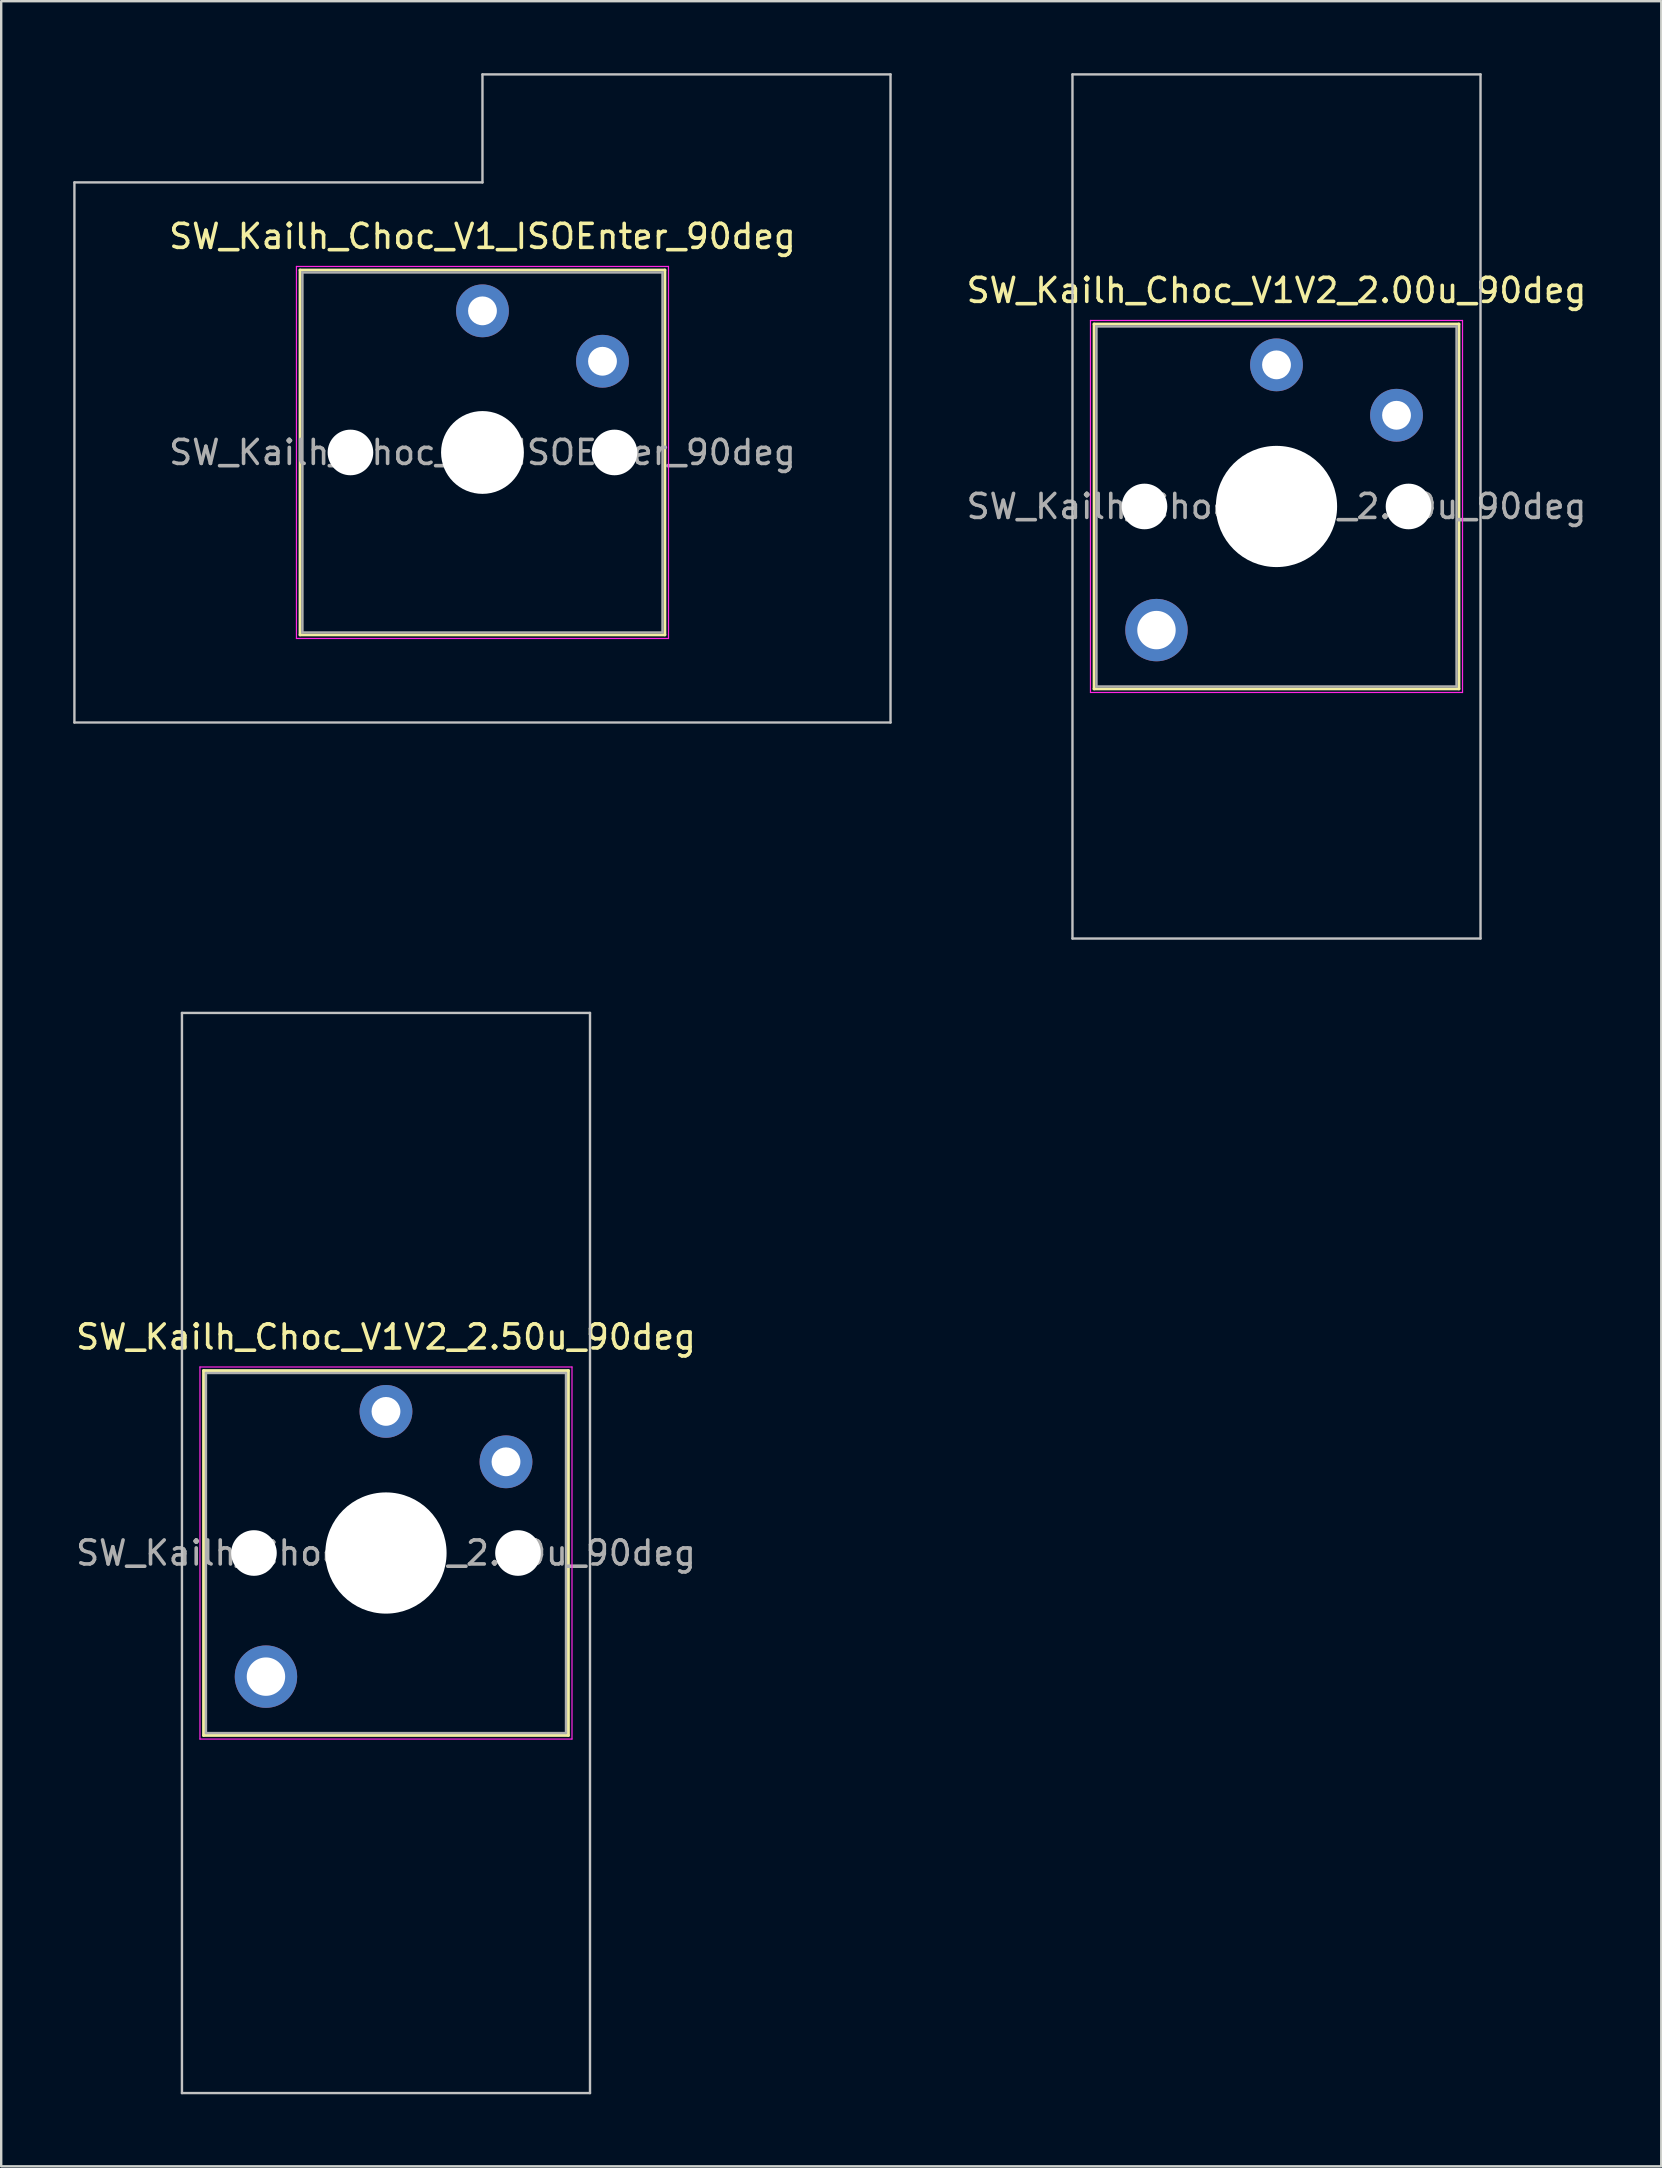
<source format=kicad_pcb>
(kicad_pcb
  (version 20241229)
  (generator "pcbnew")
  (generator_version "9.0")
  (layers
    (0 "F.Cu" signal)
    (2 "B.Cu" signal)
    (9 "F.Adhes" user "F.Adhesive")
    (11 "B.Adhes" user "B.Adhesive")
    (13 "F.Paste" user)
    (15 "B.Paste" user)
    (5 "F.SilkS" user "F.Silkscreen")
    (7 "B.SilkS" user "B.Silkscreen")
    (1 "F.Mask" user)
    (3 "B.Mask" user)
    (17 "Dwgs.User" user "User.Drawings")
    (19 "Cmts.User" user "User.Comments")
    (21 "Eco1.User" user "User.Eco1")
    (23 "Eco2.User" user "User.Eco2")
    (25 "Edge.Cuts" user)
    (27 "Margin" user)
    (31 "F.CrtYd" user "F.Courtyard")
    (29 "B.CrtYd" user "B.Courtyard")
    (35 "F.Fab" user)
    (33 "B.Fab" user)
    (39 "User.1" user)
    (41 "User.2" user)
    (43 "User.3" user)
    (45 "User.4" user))
  (footprint "SW_Kailh_Choc_V1V2_2.50u_90deg"
    (layer "F.Cu")
    (at 13.03 61.65)
    (property "Reference" "SW_Kailh_Choc_V1V2_2.50u_90deg" (at 0 -9 0) (layer "F.SilkS") (effects (font (size 1 1) (thickness 0.15))))
    (attr through_hole)
    (fp_line (start -7.6 -7.6) (end -7.6 7.6) (stroke (width 0.12) (type solid)) (layer "F.SilkS"))
    (fp_line (start -7.6 7.6) (end 7.6 7.6) (stroke (width 0.12) (type solid)) (layer "F.SilkS"))
    (fp_line (start 7.6 -7.6) (end -7.6 -7.6) (stroke (width 0.12) (type solid)) (layer "F.SilkS"))
    (fp_line (start 7.6 7.6) (end 7.6 -7.6) (stroke (width 0.12) (type solid)) (layer "F.SilkS"))
    (fp_line (start -8.5 -22.5) (end 8.5 -22.5) (stroke (width 0.1) (type solid)) (layer "Dwgs.User"))
    (fp_line (start -8.5 22.5) (end -8.5 -22.5) (stroke (width 0.1) (type solid)) (layer "Dwgs.User"))
    (fp_line (start 8.5 -22.5) (end 8.5 22.5) (stroke (width 0.1) (type solid)) (layer "Dwgs.User"))
    (fp_line (start 8.5 22.5) (end -8.5 22.5) (stroke (width 0.1) (type solid)) (layer "Dwgs.User"))
    (fp_line (start -7.25 -7.25) (end -7.25 7.25) (stroke (width 0.1) (type solid)) (layer "Eco1.User"))
    (fp_line (start -7.25 7.25) (end 7.25 7.25) (stroke (width 0.1) (type solid)) (layer "Eco1.User"))
    (fp_line (start 7.25 -7.25) (end -7.25 -7.25) (stroke (width 0.1) (type solid)) (layer "Eco1.User"))
    (fp_line (start 7.25 7.25) (end 7.25 -7.25) (stroke (width 0.1) (type solid)) (layer "Eco1.User"))
    (fp_line (start -7.75 -7.75) (end -7.75 7.75) (stroke (width 0.05) (type solid)) (layer "F.CrtYd"))
    (fp_line (start -7.75 7.75) (end 7.75 7.75) (stroke (width 0.05) (type solid)) (layer "F.CrtYd"))
    (fp_line (start 7.75 -7.75) (end -7.75 -7.75) (stroke (width 0.05) (type solid)) (layer "F.CrtYd"))
    (fp_line (start 7.75 7.75) (end 7.75 -7.75) (stroke (width 0.05) (type solid)) (layer "F.CrtYd"))
    (fp_line (start -7.5 -7.5) (end -7.5 7.5) (stroke (width 0.1) (type solid)) (layer "F.Fab"))
    (fp_line (start -7.5 7.5) (end 7.5 7.5) (stroke (width 0.1) (type solid)) (layer "F.Fab"))
    (fp_line (start 7.5 -7.5) (end -7.5 -7.5) (stroke (width 0.1) (type solid)) (layer "F.Fab"))
    (fp_line (start 7.5 7.5) (end 7.5 -7.5) (stroke (width 0.1) (type solid)) (layer "F.Fab"))
    (fp_text user "${REFERENCE}" (at 0 0 0) (layer "F.Fab") (effects (font (size 1 1) (thickness 0.15))))
    (pad "" np_thru_hole circle (at -5.5 0) (size 1.9 1.9) (drill 1.9) (layers "*.Cu" "*.Mask"))
    (pad "" thru_hole circle (at -5 5.15) (size 2.6 2.6) (drill 1.6) (layers "*.Cu" "*.Mask"))
    (pad "" np_thru_hole circle (at 0 0) (size 5.05 5.05) (drill 5.05) (layers "*.Cu" "*.Mask"))
    (pad "" np_thru_hole circle (at 5.5 0) (size 1.9 1.9) (drill 1.9) (layers "*.Cu" "*.Mask"))
    (pad "1" thru_hole circle (at 0 -5.9) (size 2.2 2.2) (drill 1.2) (layers "*.Cu" "*.Mask"))
    (pad "2" thru_hole circle (at 5 -3.8) (size 2.2 2.2) (drill 1.2) (layers "*.Cu" "*.Mask")))
  (footprint "SW_Kailh_Choc_V1V2_2.00u_90deg"
    (layer "F.Cu")
    (at 50.13 18.05)
    (property "Reference" "SW_Kailh_Choc_V1V2_2.00u_90deg" (at 0 -9 0) (layer "F.SilkS") (effects (font (size 1 1) (thickness 0.15))))
    (attr through_hole)
    (fp_line (start -7.6 -7.6) (end -7.6 7.6) (stroke (width 0.12) (type solid)) (layer "F.SilkS"))
    (fp_line (start -7.6 7.6) (end 7.6 7.6) (stroke (width 0.12) (type solid)) (layer "F.SilkS"))
    (fp_line (start 7.6 -7.6) (end -7.6 -7.6) (stroke (width 0.12) (type solid)) (layer "F.SilkS"))
    (fp_line (start 7.6 7.6) (end 7.6 -7.6) (stroke (width 0.12) (type solid)) (layer "F.SilkS"))
    (fp_line (start -8.5 -18) (end 8.5 -18) (stroke (width 0.1) (type solid)) (layer "Dwgs.User"))
    (fp_line (start -8.5 18) (end -8.5 -18) (stroke (width 0.1) (type solid)) (layer "Dwgs.User"))
    (fp_line (start 8.5 -18) (end 8.5 18) (stroke (width 0.1) (type solid)) (layer "Dwgs.User"))
    (fp_line (start 8.5 18) (end -8.5 18) (stroke (width 0.1) (type solid)) (layer "Dwgs.User"))
    (fp_line (start -7.25 -7.25) (end -7.25 7.25) (stroke (width 0.1) (type solid)) (layer "Eco1.User"))
    (fp_line (start -7.25 7.25) (end 7.25 7.25) (stroke (width 0.1) (type solid)) (layer "Eco1.User"))
    (fp_line (start 7.25 -7.25) (end -7.25 -7.25) (stroke (width 0.1) (type solid)) (layer "Eco1.User"))
    (fp_line (start 7.25 7.25) (end 7.25 -7.25) (stroke (width 0.1) (type solid)) (layer "Eco1.User"))
    (fp_line (start -7.75 -7.75) (end -7.75 7.75) (stroke (width 0.05) (type solid)) (layer "F.CrtYd"))
    (fp_line (start -7.75 7.75) (end 7.75 7.75) (stroke (width 0.05) (type solid)) (layer "F.CrtYd"))
    (fp_line (start 7.75 -7.75) (end -7.75 -7.75) (stroke (width 0.05) (type solid)) (layer "F.CrtYd"))
    (fp_line (start 7.75 7.75) (end 7.75 -7.75) (stroke (width 0.05) (type solid)) (layer "F.CrtYd"))
    (fp_line (start -7.5 -7.5) (end -7.5 7.5) (stroke (width 0.1) (type solid)) (layer "F.Fab"))
    (fp_line (start -7.5 7.5) (end 7.5 7.5) (stroke (width 0.1) (type solid)) (layer "F.Fab"))
    (fp_line (start 7.5 -7.5) (end -7.5 -7.5) (stroke (width 0.1) (type solid)) (layer "F.Fab"))
    (fp_line (start 7.5 7.5) (end 7.5 -7.5) (stroke (width 0.1) (type solid)) (layer "F.Fab"))
    (fp_text user "${REFERENCE}" (at 0 0 0) (layer "F.Fab") (effects (font (size 1 1) (thickness 0.15))))
    (pad "" np_thru_hole circle (at -5.5 0) (size 1.9 1.9) (drill 1.9) (layers "*.Cu" "*.Mask"))
    (pad "" thru_hole circle (at -5 5.15) (size 2.6 2.6) (drill 1.6) (layers "*.Cu" "*.Mask"))
    (pad "" np_thru_hole circle (at 0 0) (size 5.05 5.05) (drill 5.05) (layers "*.Cu" "*.Mask"))
    (pad "" np_thru_hole circle (at 5.5 0) (size 1.9 1.9) (drill 1.9) (layers "*.Cu" "*.Mask"))
    (pad "1" thru_hole circle (at 0 -5.9) (size 2.2 2.2) (drill 1.2) (layers "*.Cu" "*.Mask"))
    (pad "2" thru_hole circle (at 5 -3.8) (size 2.2 2.2) (drill 1.2) (layers "*.Cu" "*.Mask")))
  (footprint "SW_Kailh_Choc_V1_ISOEnter_90deg"
    (layer "F.Cu")
    (at 17.05 15.8)
    (property "Reference" "SW_Kailh_Choc_V1_ISOEnter_90deg" (at 0 -9 0) (layer "F.SilkS") (effects (font (size 1 1) (thickness 0.15))))
    (attr through_hole)
    (fp_line (start -7.6 -7.6) (end -7.6 7.6) (stroke (width 0.12) (type solid)) (layer "F.SilkS"))
    (fp_line (start -7.6 7.6) (end 7.6 7.6) (stroke (width 0.12) (type solid)) (layer "F.SilkS"))
    (fp_line (start 7.6 -7.6) (end -7.6 -7.6) (stroke (width 0.12) (type solid)) (layer "F.SilkS"))
    (fp_line (start 7.6 7.6) (end 7.6 -7.6) (stroke (width 0.12) (type solid)) (layer "F.SilkS"))
    (fp_line (start -17 -11.25) (end -17 11.25) (stroke (width 0.1) (type solid)) (layer "Dwgs.User"))
    (fp_line (start -17 11.25) (end 17 11.25) (stroke (width 0.1) (type solid)) (layer "Dwgs.User"))
    (fp_line (start 0 -15.75) (end 0 -11.25) (stroke (width 0.1) (type solid)) (layer "Dwgs.User"))
    (fp_line (start 0 -11.25) (end -17 -11.25) (stroke (width 0.1) (type solid)) (layer "Dwgs.User"))
    (fp_line (start 17 -15.75) (end 0 -15.75) (stroke (width 0.1) (type solid)) (layer "Dwgs.User"))
    (fp_line (start 17 11.25) (end 17 -15.75) (stroke (width 0.1) (type solid)) (layer "Dwgs.User"))
    (fp_line (start -7.25 -7.25) (end -7.25 7.25) (stroke (width 0.1) (type solid)) (layer "Eco1.User"))
    (fp_line (start -7.25 7.25) (end 7.25 7.25) (stroke (width 0.1) (type solid)) (layer "Eco1.User"))
    (fp_line (start 7.25 -7.25) (end -7.25 -7.25) (stroke (width 0.1) (type solid)) (layer "Eco1.User"))
    (fp_line (start 7.25 7.25) (end 7.25 -7.25) (stroke (width 0.1) (type solid)) (layer "Eco1.User"))
    (fp_line (start -7.75 -7.75) (end -7.75 7.75) (stroke (width 0.05) (type solid)) (layer "F.CrtYd"))
    (fp_line (start -7.75 7.75) (end 7.75 7.75) (stroke (width 0.05) (type solid)) (layer "F.CrtYd"))
    (fp_line (start 7.75 -7.75) (end -7.75 -7.75) (stroke (width 0.05) (type solid)) (layer "F.CrtYd"))
    (fp_line (start 7.75 7.75) (end 7.75 -7.75) (stroke (width 0.05) (type solid)) (layer "F.CrtYd"))
    (fp_line (start -7.5 -7.5) (end -7.5 7.5) (stroke (width 0.1) (type solid)) (layer "F.Fab"))
    (fp_line (start -7.5 7.5) (end 7.5 7.5) (stroke (width 0.1) (type solid)) (layer "F.Fab"))
    (fp_line (start 7.5 -7.5) (end -7.5 -7.5) (stroke (width 0.1) (type solid)) (layer "F.Fab"))
    (fp_line (start 7.5 7.5) (end 7.5 -7.5) (stroke (width 0.1) (type solid)) (layer "F.Fab"))
    (fp_text user "${REFERENCE}" (at 0 0 0) (layer "F.Fab") (effects (font (size 1 1) (thickness 0.15))))
    (pad "" np_thru_hole circle (at -5.5 0) (size 1.9 1.9) (drill 1.9) (layers "*.Cu" "*.Mask"))
    (pad "" np_thru_hole circle (at 0 0) (size 3.45 3.45) (drill 3.45) (layers "*.Cu" "*.Mask"))
    (pad "" np_thru_hole circle (at 5.5 0) (size 1.9 1.9) (drill 1.9) (layers "*.Cu" "*.Mask"))
    (pad "1" thru_hole circle (at 0 -5.9) (size 2.2 2.2) (drill 1.2) (layers "*.Cu" "*.Mask"))
    (pad "2" thru_hole circle (at 5 -3.8) (size 2.2 2.2) (drill 1.2) (layers "*.Cu" "*.Mask")))
  (gr_rect
    (start -3 -3)
    (end 66.16 87.2)
    (stroke (width 0.1) (type default))
    (fill no)
    (layer "Edge.Cuts")))
</source>
